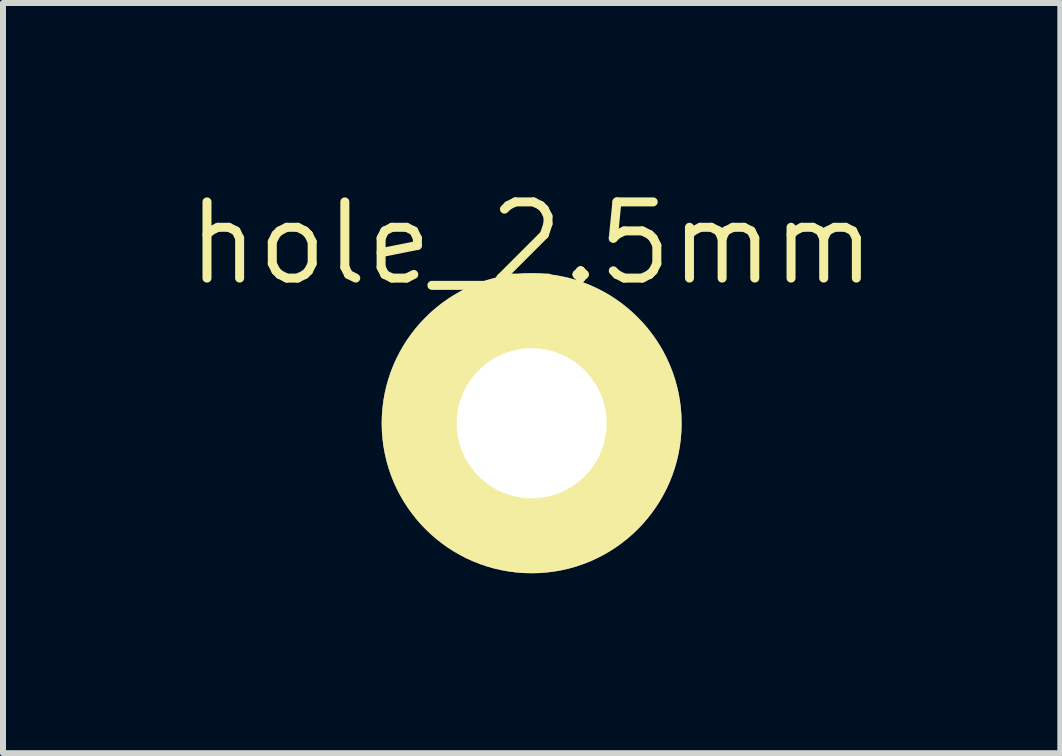
<source format=kicad_pcb>
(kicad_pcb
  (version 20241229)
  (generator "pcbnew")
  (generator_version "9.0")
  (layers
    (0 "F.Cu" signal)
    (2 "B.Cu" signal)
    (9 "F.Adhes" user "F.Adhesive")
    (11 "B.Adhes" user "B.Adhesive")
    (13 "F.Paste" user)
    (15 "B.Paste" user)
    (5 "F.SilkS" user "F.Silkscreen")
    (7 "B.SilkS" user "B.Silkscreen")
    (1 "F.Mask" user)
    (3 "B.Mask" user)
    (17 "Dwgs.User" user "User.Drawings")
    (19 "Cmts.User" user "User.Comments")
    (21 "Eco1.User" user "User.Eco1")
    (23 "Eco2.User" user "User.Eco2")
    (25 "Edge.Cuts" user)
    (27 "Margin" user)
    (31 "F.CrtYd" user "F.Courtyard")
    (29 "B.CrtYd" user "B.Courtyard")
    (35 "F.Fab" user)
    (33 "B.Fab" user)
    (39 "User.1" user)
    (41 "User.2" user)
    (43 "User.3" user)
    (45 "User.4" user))
  (footprint "hole_2.5mm"
    (layer "F.Cu")
    (at 5.813 4.006)
    (property "Reference" "hole_2.5mm" (at 0 -3 0) (layer "F.SilkS") (effects (font (size 1.27 1.27) (thickness 0.15))))
    (attr through_hole)
    (pad "1" thru_hole circle (at 0 0) (size 5 5) (drill 2.5) (layers "*.Cu" "*.Mask" "F.SilkS")))
  (gr_rect
    (start -3 -3)
    (end 14.626 9.506)
    (stroke (width 0.1) (type default))
    (fill no)
    (layer "Edge.Cuts")))
</source>
